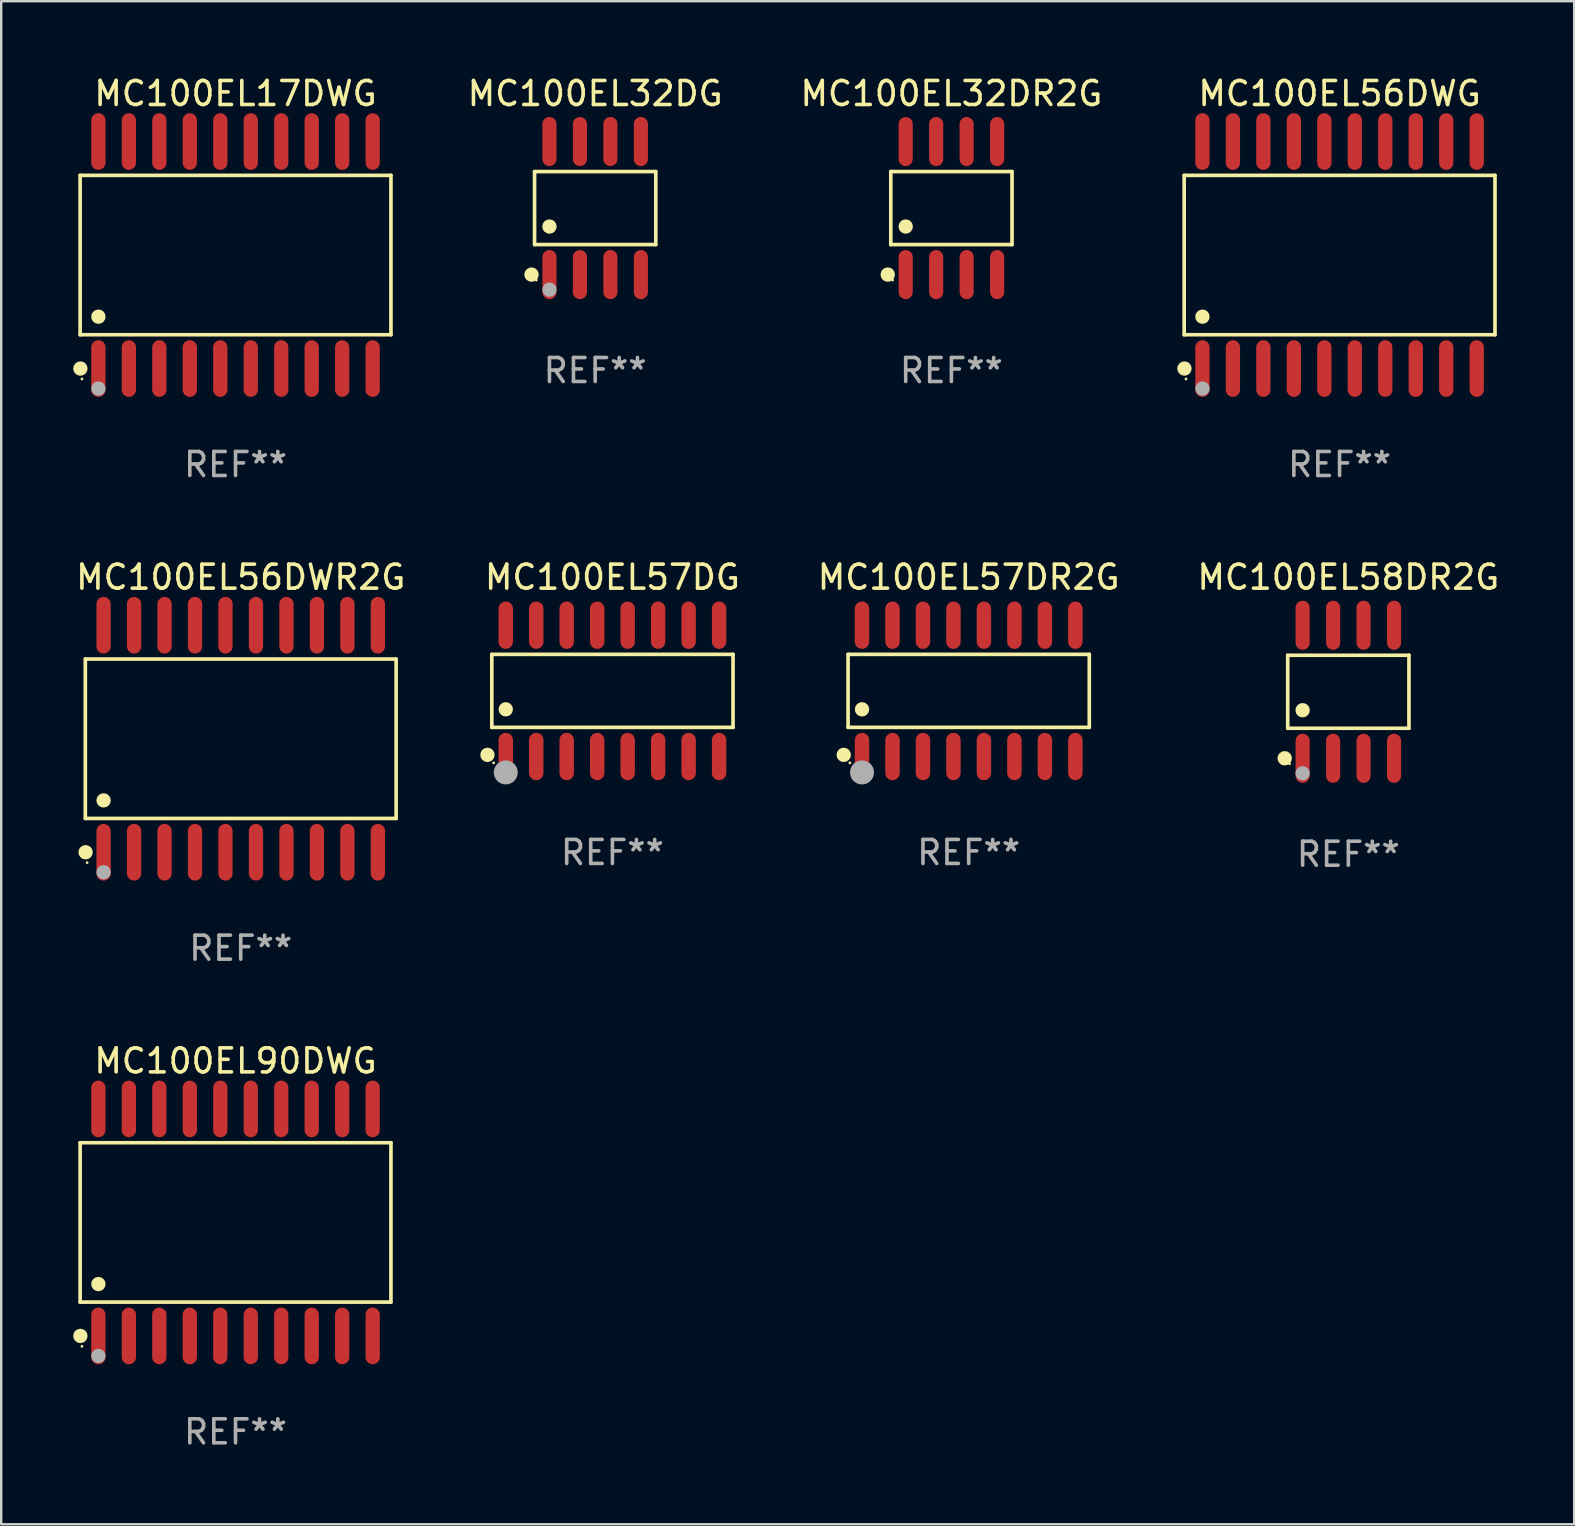
<source format=kicad_pcb>
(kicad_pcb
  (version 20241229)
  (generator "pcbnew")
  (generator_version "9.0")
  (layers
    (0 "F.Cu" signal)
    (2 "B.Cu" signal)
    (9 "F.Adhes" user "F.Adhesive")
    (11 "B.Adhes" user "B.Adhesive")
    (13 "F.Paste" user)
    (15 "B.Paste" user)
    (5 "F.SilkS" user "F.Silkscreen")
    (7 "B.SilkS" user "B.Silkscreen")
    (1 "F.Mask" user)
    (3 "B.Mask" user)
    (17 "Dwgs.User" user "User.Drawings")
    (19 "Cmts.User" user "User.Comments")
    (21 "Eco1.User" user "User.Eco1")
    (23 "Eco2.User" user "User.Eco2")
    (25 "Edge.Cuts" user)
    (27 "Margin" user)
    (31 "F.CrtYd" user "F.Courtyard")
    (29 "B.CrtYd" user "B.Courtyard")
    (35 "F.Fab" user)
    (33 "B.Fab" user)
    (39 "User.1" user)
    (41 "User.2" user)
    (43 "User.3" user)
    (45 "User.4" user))
  (footprint "MC100EL32DG"
    (layer "F.Cu")
    (at 21.752 5.621)
    (property "Reference" "MC100EL32DG" (at 0 -4.772 0) (layer "F.SilkS") (effects (font (size 1 1) (thickness 0.15))))
    (attr through_hole)
    (fp_line (start -2.526 -1.521) (end 2.526 -1.521) (stroke (width 0.152) (type solid)) (layer "F.SilkS"))
    (fp_line (start -2.526 1.521) (end -2.526 -1.521) (stroke (width 0.152) (type solid)) (layer "F.SilkS"))
    (fp_line (start 2.526 -1.521) (end 2.526 1.521) (stroke (width 0.152) (type solid)) (layer "F.SilkS"))
    (fp_line (start 2.526 1.521) (end -2.526 1.521) (stroke (width 0.152) (type solid)) (layer "F.SilkS"))
    (fp_circle (center -2.652 2.772) (end -2.501 2.772) (stroke (width 0.3) (type solid)) (fill no) (layer "F.SilkS"))
    (fp_circle (center -2.45 3) (end -2.42 3) (stroke (width 0.06) (type solid)) (fill no) (layer "F.SilkS"))
    (fp_circle (center -1.905 0.769) (end -1.755 0.769) (stroke (width 0.3) (type solid)) (fill no) (layer "F.SilkS"))
    (fp_circle (center -1.905 3.4) (end -1.755 3.4) (stroke (width 0.3) (type solid)) (fill no) (layer "F.Fab"))
    (fp_text user "REF**" (at 0 6.772 0) (layer "F.Fab") (effects (font (size 1 1) (thickness 0.15))))
    (pad "1" smd oval (at -1.905 2.772) (size 0.588 2.045) (layers "F.Cu" "F.Mask" "F.Paste"))
    (pad "2" smd oval (at -0.635 2.772) (size 0.588 2.045) (layers "F.Cu" "F.Mask" "F.Paste"))
    (pad "3" smd oval (at 0.635 2.772) (size 0.588 2.045) (layers "F.Cu" "F.Mask" "F.Paste"))
    (pad "4" smd oval (at 1.905 2.772) (size 0.588 2.045) (layers "F.Cu" "F.Mask" "F.Paste"))
    (pad "5" smd oval (at 1.905 -2.772) (size 0.588 2.045) (layers "F.Cu" "F.Mask" "F.Paste"))
    (pad "6" smd oval (at 0.635 -2.772) (size 0.588 2.045) (layers "F.Cu" "F.Mask" "F.Paste"))
    (pad "7" smd oval (at -0.635 -2.772) (size 0.588 2.045) (layers "F.Cu" "F.Mask" "F.Paste"))
    (pad "8" smd oval (at -1.905 -2.772) (size 0.588 2.045) (layers "F.Cu" "F.Mask" "F.Paste")))
  (footprint "MC100EL57DR2G"
    (layer "F.Cu")
    (at 37.317 25.74)
    (property "Reference" "MC100EL57DR2G" (at 0 -4.736 0) (layer "F.SilkS") (effects (font (size 1 1) (thickness 0.15))))
    (attr through_hole)
    (fp_line (start -5.026 -1.521) (end 5.026 -1.521) (stroke (width 0.152) (type solid)) (layer "F.SilkS"))
    (fp_line (start -5.026 1.521) (end -5.026 -1.521) (stroke (width 0.152) (type solid)) (layer "F.SilkS"))
    (fp_line (start 5.026 -1.521) (end 5.026 1.521) (stroke (width 0.152) (type solid)) (layer "F.SilkS"))
    (fp_line (start 5.026 1.521) (end -5.026 1.521) (stroke (width 0.152) (type solid)) (layer "F.SilkS"))
    (fp_circle (center -5.207 2.667) (end -5.057 2.667) (stroke (width 0.3) (type solid)) (fill no) (layer "F.SilkS"))
    (fp_circle (center -4.95 3) (end -4.92 3) (stroke (width 0.06) (type solid)) (fill no) (layer "F.SilkS"))
    (fp_circle (center -4.445 0.769) (end -4.295 0.769) (stroke (width 0.3) (type solid)) (fill no) (layer "F.SilkS"))
    (fp_circle (center -4.445 3.4) (end -4.195 3.4) (stroke (width 0.5) (type solid)) (fill no) (layer "F.Fab"))
    (fp_text user "REF**" (at 0 6.736 0) (layer "F.Fab") (effects (font (size 1 1) (thickness 0.15))))
    (pad "1" smd oval (at -4.445 2.736) (size 0.602 1.971) (layers "F.Cu" "F.Mask" "F.Paste"))
    (pad "2" smd oval (at -3.175 2.736) (size 0.602 1.971) (layers "F.Cu" "F.Mask" "F.Paste"))
    (pad "3" smd oval (at -1.905 2.736) (size 0.602 1.971) (layers "F.Cu" "F.Mask" "F.Paste"))
    (pad "4" smd oval (at -0.635 2.736) (size 0.602 1.971) (layers "F.Cu" "F.Mask" "F.Paste"))
    (pad "5" smd oval (at 0.635 2.736) (size 0.602 1.971) (layers "F.Cu" "F.Mask" "F.Paste"))
    (pad "6" smd oval (at 1.905 2.736) (size 0.602 1.971) (layers "F.Cu" "F.Mask" "F.Paste"))
    (pad "7" smd oval (at 3.175 2.736) (size 0.602 1.971) (layers "F.Cu" "F.Mask" "F.Paste"))
    (pad "8" smd oval (at 4.445 2.736) (size 0.602 1.971) (layers "F.Cu" "F.Mask" "F.Paste"))
    (pad "9" smd oval (at 4.445 -2.736) (size 0.602 1.971) (layers "F.Cu" "F.Mask" "F.Paste"))
    (pad "10" smd oval (at 3.175 -2.736) (size 0.602 1.971) (layers "F.Cu" "F.Mask" "F.Paste"))
    (pad "11" smd oval (at 1.905 -2.736) (size 0.602 1.971) (layers "F.Cu" "F.Mask" "F.Paste"))
    (pad "12" smd oval (at 0.635 -2.736) (size 0.602 1.971) (layers "F.Cu" "F.Mask" "F.Paste"))
    (pad "13" smd oval (at -0.635 -2.736) (size 0.602 1.971) (layers "F.Cu" "F.Mask" "F.Paste"))
    (pad "14" smd oval (at -1.905 -2.736) (size 0.602 1.971) (layers "F.Cu" "F.Mask" "F.Paste"))
    (pad "15" smd oval (at -3.175 -2.736) (size 0.602 1.971) (layers "F.Cu" "F.Mask" "F.Paste"))
    (pad "16" smd oval (at -4.445 -2.736) (size 0.602 1.971) (layers "F.Cu" "F.Mask" "F.Paste")))
  (footprint "MC100EL90DWG"
    (layer "F.Cu")
    (at 6.765 47.891)
    (property "Reference" "MC100EL90DWG" (at 0 -6.73 0) (layer "F.SilkS") (effects (font (size 1 1) (thickness 0.15))))
    (attr through_hole)
    (fp_line (start -6.476 -3.321) (end 6.476 -3.321) (stroke (width 0.152) (type solid)) (layer "F.SilkS"))
    (fp_line (start -6.476 3.321) (end -6.476 -3.321) (stroke (width 0.152) (type solid)) (layer "F.SilkS"))
    (fp_line (start 6.476 -3.321) (end 6.476 3.321) (stroke (width 0.152) (type solid)) (layer "F.SilkS"))
    (fp_line (start 6.476 3.321) (end -6.476 3.321) (stroke (width 0.152) (type solid)) (layer "F.SilkS"))
    (fp_circle (center -6.465 4.73) (end -6.315 4.73) (stroke (width 0.3) (type solid)) (fill no) (layer "F.SilkS"))
    (fp_circle (center -6.4 5.163) (end -6.37 5.163) (stroke (width 0.06) (type solid)) (fill no) (layer "F.SilkS"))
    (fp_circle (center -5.715 2.569) (end -5.565 2.569) (stroke (width 0.3) (type solid)) (fill no) (layer "F.SilkS"))
    (fp_circle (center -5.715 5.563) (end -5.565 5.563) (stroke (width 0.3) (type solid)) (fill no) (layer "F.Fab"))
    (fp_text user "REF**" (at 0 8.73 0) (layer "F.Fab") (effects (font (size 1 1) (thickness 0.15))))
    (pad "1" smd oval (at -5.715 4.73) (size 0.595 2.36) (layers "F.Cu" "F.Mask" "F.Paste"))
    (pad "2" smd oval (at -4.445 4.73) (size 0.595 2.36) (layers "F.Cu" "F.Mask" "F.Paste"))
    (pad "3" smd oval (at -3.175 4.73) (size 0.595 2.36) (layers "F.Cu" "F.Mask" "F.Paste"))
    (pad "4" smd oval (at -1.905 4.73) (size 0.595 2.36) (layers "F.Cu" "F.Mask" "F.Paste"))
    (pad "5" smd oval (at -0.635 4.73) (size 0.595 2.36) (layers "F.Cu" "F.Mask" "F.Paste"))
    (pad "6" smd oval (at 0.635 4.73) (size 0.595 2.36) (layers "F.Cu" "F.Mask" "F.Paste"))
    (pad "7" smd oval (at 1.905 4.73) (size 0.595 2.36) (layers "F.Cu" "F.Mask" "F.Paste"))
    (pad "8" smd oval (at 3.175 4.73) (size 0.595 2.36) (layers "F.Cu" "F.Mask" "F.Paste"))
    (pad "9" smd oval (at 4.445 4.73) (size 0.595 2.36) (layers "F.Cu" "F.Mask" "F.Paste"))
    (pad "10" smd oval (at 5.715 4.73) (size 0.595 2.36) (layers "F.Cu" "F.Mask" "F.Paste"))
    (pad "11" smd oval (at 5.715 -4.73) (size 0.595 2.36) (layers "F.Cu" "F.Mask" "F.Paste"))
    (pad "12" smd oval (at 4.445 -4.73) (size 0.595 2.36) (layers "F.Cu" "F.Mask" "F.Paste"))
    (pad "13" smd oval (at 3.175 -4.73) (size 0.595 2.36) (layers "F.Cu" "F.Mask" "F.Paste"))
    (pad "14" smd oval (at 1.905 -4.73) (size 0.595 2.36) (layers "F.Cu" "F.Mask" "F.Paste"))
    (pad "15" smd oval (at 0.635 -4.73) (size 0.595 2.36) (layers "F.Cu" "F.Mask" "F.Paste"))
    (pad "16" smd oval (at -0.635 -4.73) (size 0.595 2.36) (layers "F.Cu" "F.Mask" "F.Paste"))
    (pad "17" smd oval (at -1.905 -4.73) (size 0.595 2.36) (layers "F.Cu" "F.Mask" "F.Paste"))
    (pad "18" smd oval (at -3.175 -4.73) (size 0.595 2.36) (layers "F.Cu" "F.Mask" "F.Paste"))
    (pad "19" smd oval (at -4.445 -4.73) (size 0.595 2.36) (layers "F.Cu" "F.Mask" "F.Paste"))
    (pad "20" smd oval (at -5.715 -4.73) (size 0.595 2.36) (layers "F.Cu" "F.Mask" "F.Paste")))
  (footprint "MC100EL56DWG"
    (layer "F.Cu")
    (at 52.773 7.578)
    (property "Reference" "MC100EL56DWG" (at 0 -6.73 0) (layer "F.SilkS") (effects (font (size 1 1) (thickness 0.15))))
    (attr through_hole)
    (fp_line (start -6.476 -3.321) (end 6.476 -3.321) (stroke (width 0.152) (type solid)) (layer "F.SilkS"))
    (fp_line (start -6.476 3.321) (end -6.476 -3.321) (stroke (width 0.152) (type solid)) (layer "F.SilkS"))
    (fp_line (start 6.476 -3.321) (end 6.476 3.321) (stroke (width 0.152) (type solid)) (layer "F.SilkS"))
    (fp_line (start 6.476 3.321) (end -6.476 3.321) (stroke (width 0.152) (type solid)) (layer "F.SilkS"))
    (fp_circle (center -6.465 4.73) (end -6.315 4.73) (stroke (width 0.3) (type solid)) (fill no) (layer "F.SilkS"))
    (fp_circle (center -6.4 5.163) (end -6.37 5.163) (stroke (width 0.06) (type solid)) (fill no) (layer "F.SilkS"))
    (fp_circle (center -5.715 2.569) (end -5.565 2.569) (stroke (width 0.3) (type solid)) (fill no) (layer "F.SilkS"))
    (fp_circle (center -5.715 5.563) (end -5.565 5.563) (stroke (width 0.3) (type solid)) (fill no) (layer "F.Fab"))
    (fp_text user "REF**" (at 0 8.73 0) (layer "F.Fab") (effects (font (size 1 1) (thickness 0.15))))
    (pad "1" smd oval (at -5.715 4.73) (size 0.595 2.36) (layers "F.Cu" "F.Mask" "F.Paste"))
    (pad "2" smd oval (at -4.445 4.73) (size 0.595 2.36) (layers "F.Cu" "F.Mask" "F.Paste"))
    (pad "3" smd oval (at -3.175 4.73) (size 0.595 2.36) (layers "F.Cu" "F.Mask" "F.Paste"))
    (pad "4" smd oval (at -1.905 4.73) (size 0.595 2.36) (layers "F.Cu" "F.Mask" "F.Paste"))
    (pad "5" smd oval (at -0.635 4.73) (size 0.595 2.36) (layers "F.Cu" "F.Mask" "F.Paste"))
    (pad "6" smd oval (at 0.635 4.73) (size 0.595 2.36) (layers "F.Cu" "F.Mask" "F.Paste"))
    (pad "7" smd oval (at 1.905 4.73) (size 0.595 2.36) (layers "F.Cu" "F.Mask" "F.Paste"))
    (pad "8" smd oval (at 3.175 4.73) (size 0.595 2.36) (layers "F.Cu" "F.Mask" "F.Paste"))
    (pad "9" smd oval (at 4.445 4.73) (size 0.595 2.36) (layers "F.Cu" "F.Mask" "F.Paste"))
    (pad "10" smd oval (at 5.715 4.73) (size 0.595 2.36) (layers "F.Cu" "F.Mask" "F.Paste"))
    (pad "11" smd oval (at 5.715 -4.73) (size 0.595 2.36) (layers "F.Cu" "F.Mask" "F.Paste"))
    (pad "12" smd oval (at 4.445 -4.73) (size 0.595 2.36) (layers "F.Cu" "F.Mask" "F.Paste"))
    (pad "13" smd oval (at 3.175 -4.73) (size 0.595 2.36) (layers "F.Cu" "F.Mask" "F.Paste"))
    (pad "14" smd oval (at 1.905 -4.73) (size 0.595 2.36) (layers "F.Cu" "F.Mask" "F.Paste"))
    (pad "15" smd oval (at 0.635 -4.73) (size 0.595 2.36) (layers "F.Cu" "F.Mask" "F.Paste"))
    (pad "16" smd oval (at -0.635 -4.73) (size 0.595 2.36) (layers "F.Cu" "F.Mask" "F.Paste"))
    (pad "17" smd oval (at -1.905 -4.73) (size 0.595 2.36) (layers "F.Cu" "F.Mask" "F.Paste"))
    (pad "18" smd oval (at -3.175 -4.73) (size 0.595 2.36) (layers "F.Cu" "F.Mask" "F.Paste"))
    (pad "19" smd oval (at -4.445 -4.73) (size 0.595 2.36) (layers "F.Cu" "F.Mask" "F.Paste"))
    (pad "20" smd oval (at -5.715 -4.73) (size 0.595 2.36) (layers "F.Cu" "F.Mask" "F.Paste")))
  (footprint "MC100EL17DWG"
    (layer "F.Cu")
    (at 6.765 7.578)
    (property "Reference" "MC100EL17DWG" (at 0 -6.73 0) (layer "F.SilkS") (effects (font (size 1 1) (thickness 0.15))))
    (attr through_hole)
    (fp_line (start -6.476 -3.321) (end 6.476 -3.321) (stroke (width 0.152) (type solid)) (layer "F.SilkS"))
    (fp_line (start -6.476 3.321) (end -6.476 -3.321) (stroke (width 0.152) (type solid)) (layer "F.SilkS"))
    (fp_line (start 6.476 -3.321) (end 6.476 3.321) (stroke (width 0.152) (type solid)) (layer "F.SilkS"))
    (fp_line (start 6.476 3.321) (end -6.476 3.321) (stroke (width 0.152) (type solid)) (layer "F.SilkS"))
    (fp_circle (center -6.465 4.73) (end -6.315 4.73) (stroke (width 0.3) (type solid)) (fill no) (layer "F.SilkS"))
    (fp_circle (center -6.4 5.163) (end -6.37 5.163) (stroke (width 0.06) (type solid)) (fill no) (layer "F.SilkS"))
    (fp_circle (center -5.715 2.569) (end -5.565 2.569) (stroke (width 0.3) (type solid)) (fill no) (layer "F.SilkS"))
    (fp_circle (center -5.715 5.563) (end -5.565 5.563) (stroke (width 0.3) (type solid)) (fill no) (layer "F.Fab"))
    (fp_text user "REF**" (at 0 8.73 0) (layer "F.Fab") (effects (font (size 1 1) (thickness 0.15))))
    (pad "1" smd oval (at -5.715 4.73) (size 0.595 2.36) (layers "F.Cu" "F.Mask" "F.Paste"))
    (pad "2" smd oval (at -4.445 4.73) (size 0.595 2.36) (layers "F.Cu" "F.Mask" "F.Paste"))
    (pad "3" smd oval (at -3.175 4.73) (size 0.595 2.36) (layers "F.Cu" "F.Mask" "F.Paste"))
    (pad "4" smd oval (at -1.905 4.73) (size 0.595 2.36) (layers "F.Cu" "F.Mask" "F.Paste"))
    (pad "5" smd oval (at -0.635 4.73) (size 0.595 2.36) (layers "F.Cu" "F.Mask" "F.Paste"))
    (pad "6" smd oval (at 0.635 4.73) (size 0.595 2.36) (layers "F.Cu" "F.Mask" "F.Paste"))
    (pad "7" smd oval (at 1.905 4.73) (size 0.595 2.36) (layers "F.Cu" "F.Mask" "F.Paste"))
    (pad "8" smd oval (at 3.175 4.73) (size 0.595 2.36) (layers "F.Cu" "F.Mask" "F.Paste"))
    (pad "9" smd oval (at 4.445 4.73) (size 0.595 2.36) (layers "F.Cu" "F.Mask" "F.Paste"))
    (pad "10" smd oval (at 5.715 4.73) (size 0.595 2.36) (layers "F.Cu" "F.Mask" "F.Paste"))
    (pad "11" smd oval (at 5.715 -4.73) (size 0.595 2.36) (layers "F.Cu" "F.Mask" "F.Paste"))
    (pad "12" smd oval (at 4.445 -4.73) (size 0.595 2.36) (layers "F.Cu" "F.Mask" "F.Paste"))
    (pad "13" smd oval (at 3.175 -4.73) (size 0.595 2.36) (layers "F.Cu" "F.Mask" "F.Paste"))
    (pad "14" smd oval (at 1.905 -4.73) (size 0.595 2.36) (layers "F.Cu" "F.Mask" "F.Paste"))
    (pad "15" smd oval (at 0.635 -4.73) (size 0.595 2.36) (layers "F.Cu" "F.Mask" "F.Paste"))
    (pad "16" smd oval (at -0.635 -4.73) (size 0.595 2.36) (layers "F.Cu" "F.Mask" "F.Paste"))
    (pad "17" smd oval (at -1.905 -4.73) (size 0.595 2.36) (layers "F.Cu" "F.Mask" "F.Paste"))
    (pad "18" smd oval (at -3.175 -4.73) (size 0.595 2.36) (layers "F.Cu" "F.Mask" "F.Paste"))
    (pad "19" smd oval (at -4.445 -4.73) (size 0.595 2.36) (layers "F.Cu" "F.Mask" "F.Paste"))
    (pad "20" smd oval (at -5.715 -4.73) (size 0.595 2.36) (layers "F.Cu" "F.Mask" "F.Paste")))
  (footprint "MC100EL32DR2G"
    (layer "F.Cu")
    (at 36.597 5.621)
    (property "Reference" "MC100EL32DR2G" (at 0 -4.772 0) (layer "F.SilkS") (effects (font (size 1 1) (thickness 0.15))))
    (attr through_hole)
    (fp_line (start -2.526 -1.521) (end 2.526 -1.521) (stroke (width 0.152) (type solid)) (layer "F.SilkS"))
    (fp_line (start -2.526 1.521) (end -2.526 -1.521) (stroke (width 0.152) (type solid)) (layer "F.SilkS"))
    (fp_line (start 2.526 -1.521) (end 2.526 1.521) (stroke (width 0.152) (type solid)) (layer "F.SilkS"))
    (fp_line (start 2.526 1.521) (end -2.526 1.521) (stroke (width 0.152) (type solid)) (layer "F.SilkS"))
    (fp_circle (center -2.652 2.772) (end -2.501 2.772) (stroke (width 0.3) (type solid)) (fill no) (layer "F.SilkS"))
    (fp_circle (center -2.45 3) (end -2.42 3) (stroke (width 0.06) (type solid)) (fill no) (layer "F.SilkS"))
    (fp_circle (center -1.905 0.769) (end -1.755 0.769) (stroke (width 0.3) (type solid)) (fill no) (layer "F.SilkS"))
    (fp_text user "REF**" (at 0 6.772 0) (layer "F.Fab") (effects (font (size 1 1) (thickness 0.15))))
    (pad "1" smd oval (at -1.905 2.772) (size 0.588 2.045) (layers "F.Cu" "F.Mask" "F.Paste"))
    (pad "2" smd oval (at -0.635 2.772) (size 0.588 2.045) (layers "F.Cu" "F.Mask" "F.Paste"))
    (pad "3" smd oval (at 0.635 2.772) (size 0.588 2.045) (layers "F.Cu" "F.Mask" "F.Paste"))
    (pad "4" smd oval (at 1.905 2.772) (size 0.588 2.045) (layers "F.Cu" "F.Mask" "F.Paste"))
    (pad "5" smd oval (at 1.905 -2.772) (size 0.588 2.045) (layers "F.Cu" "F.Mask" "F.Paste"))
    (pad "6" smd oval (at 0.635 -2.772) (size 0.588 2.045) (layers "F.Cu" "F.Mask" "F.Paste"))
    (pad "7" smd oval (at -0.635 -2.772) (size 0.588 2.045) (layers "F.Cu" "F.Mask" "F.Paste"))
    (pad "8" smd oval (at -1.905 -2.772) (size 0.588 2.045) (layers "F.Cu" "F.Mask" "F.Paste")))
  (footprint "MC100EL58DR2G"
    (layer "F.Cu")
    (at 53.138 25.777)
    (property "Reference" "MC100EL58DR2G" (at 0 -4.772 0) (layer "F.SilkS") (effects (font (size 1 1) (thickness 0.15))))
    (attr through_hole)
    (fp_line (start -2.526 -1.521) (end 2.526 -1.521) (stroke (width 0.152) (type solid)) (layer "F.SilkS"))
    (fp_line (start -2.526 1.521) (end -2.526 -1.521) (stroke (width 0.152) (type solid)) (layer "F.SilkS"))
    (fp_line (start 2.526 -1.521) (end 2.526 1.521) (stroke (width 0.152) (type solid)) (layer "F.SilkS"))
    (fp_line (start 2.526 1.521) (end -2.526 1.521) (stroke (width 0.152) (type solid)) (layer "F.SilkS"))
    (fp_circle (center -2.652 2.772) (end -2.501 2.772) (stroke (width 0.3) (type solid)) (fill no) (layer "F.SilkS"))
    (fp_circle (center -2.45 3) (end -2.42 3) (stroke (width 0.06) (type solid)) (fill no) (layer "F.SilkS"))
    (fp_circle (center -1.905 0.769) (end -1.755 0.769) (stroke (width 0.3) (type solid)) (fill no) (layer "F.SilkS"))
    (fp_circle (center -1.905 3.4) (end -1.755 3.4) (stroke (width 0.3) (type solid)) (fill no) (layer "F.Fab"))
    (fp_text user "REF**" (at 0 6.772 0) (layer "F.Fab") (effects (font (size 1 1) (thickness 0.15))))
    (pad "1" smd oval (at -1.905 2.772) (size 0.588 2.045) (layers "F.Cu" "F.Mask" "F.Paste"))
    (pad "2" smd oval (at -0.635 2.772) (size 0.588 2.045) (layers "F.Cu" "F.Mask" "F.Paste"))
    (pad "3" smd oval (at 0.635 2.772) (size 0.588 2.045) (layers "F.Cu" "F.Mask" "F.Paste"))
    (pad "4" smd oval (at 1.905 2.772) (size 0.588 2.045) (layers "F.Cu" "F.Mask" "F.Paste"))
    (pad "5" smd oval (at 1.905 -2.772) (size 0.588 2.045) (layers "F.Cu" "F.Mask" "F.Paste"))
    (pad "6" smd oval (at 0.635 -2.772) (size 0.588 2.045) (layers "F.Cu" "F.Mask" "F.Paste"))
    (pad "7" smd oval (at -0.635 -2.772) (size 0.588 2.045) (layers "F.Cu" "F.Mask" "F.Paste"))
    (pad "8" smd oval (at -1.905 -2.772) (size 0.588 2.045) (layers "F.Cu" "F.Mask" "F.Paste")))
  (footprint "MC100EL56DWR2G"
    (layer "F.Cu")
    (at 6.982 27.735)
    (property "Reference" "MC100EL56DWR2G" (at 0 -6.73 0) (layer "F.SilkS") (effects (font (size 1 1) (thickness 0.15))))
    (attr through_hole)
    (fp_line (start -6.476 -3.321) (end 6.476 -3.321) (stroke (width 0.152) (type solid)) (layer "F.SilkS"))
    (fp_line (start -6.476 3.321) (end -6.476 -3.321) (stroke (width 0.152) (type solid)) (layer "F.SilkS"))
    (fp_line (start 6.476 -3.321) (end 6.476 3.321) (stroke (width 0.152) (type solid)) (layer "F.SilkS"))
    (fp_line (start 6.476 3.321) (end -6.476 3.321) (stroke (width 0.152) (type solid)) (layer "F.SilkS"))
    (fp_circle (center -6.465 4.73) (end -6.315 4.73) (stroke (width 0.3) (type solid)) (fill no) (layer "F.SilkS"))
    (fp_circle (center -6.4 5.163) (end -6.37 5.163) (stroke (width 0.06) (type solid)) (fill no) (layer "F.SilkS"))
    (fp_circle (center -5.715 2.569) (end -5.565 2.569) (stroke (width 0.3) (type solid)) (fill no) (layer "F.SilkS"))
    (fp_circle (center -5.715 5.563) (end -5.565 5.563) (stroke (width 0.3) (type solid)) (fill no) (layer "F.Fab"))
    (fp_text user "REF**" (at 0 8.73 0) (layer "F.Fab") (effects (font (size 1 1) (thickness 0.15))))
    (pad "1" smd oval (at -5.715 4.73) (size 0.595 2.36) (layers "F.Cu" "F.Mask" "F.Paste"))
    (pad "2" smd oval (at -4.445 4.73) (size 0.595 2.36) (layers "F.Cu" "F.Mask" "F.Paste"))
    (pad "3" smd oval (at -3.175 4.73) (size 0.595 2.36) (layers "F.Cu" "F.Mask" "F.Paste"))
    (pad "4" smd oval (at -1.905 4.73) (size 0.595 2.36) (layers "F.Cu" "F.Mask" "F.Paste"))
    (pad "5" smd oval (at -0.635 4.73) (size 0.595 2.36) (layers "F.Cu" "F.Mask" "F.Paste"))
    (pad "6" smd oval (at 0.635 4.73) (size 0.595 2.36) (layers "F.Cu" "F.Mask" "F.Paste"))
    (pad "7" smd oval (at 1.905 4.73) (size 0.595 2.36) (layers "F.Cu" "F.Mask" "F.Paste"))
    (pad "8" smd oval (at 3.175 4.73) (size 0.595 2.36) (layers "F.Cu" "F.Mask" "F.Paste"))
    (pad "9" smd oval (at 4.445 4.73) (size 0.595 2.36) (layers "F.Cu" "F.Mask" "F.Paste"))
    (pad "10" smd oval (at 5.715 4.73) (size 0.595 2.36) (layers "F.Cu" "F.Mask" "F.Paste"))
    (pad "11" smd oval (at 5.715 -4.73) (size 0.595 2.36) (layers "F.Cu" "F.Mask" "F.Paste"))
    (pad "12" smd oval (at 4.445 -4.73) (size 0.595 2.36) (layers "F.Cu" "F.Mask" "F.Paste"))
    (pad "13" smd oval (at 3.175 -4.73) (size 0.595 2.36) (layers "F.Cu" "F.Mask" "F.Paste"))
    (pad "14" smd oval (at 1.905 -4.73) (size 0.595 2.36) (layers "F.Cu" "F.Mask" "F.Paste"))
    (pad "15" smd oval (at 0.635 -4.73) (size 0.595 2.36) (layers "F.Cu" "F.Mask" "F.Paste"))
    (pad "16" smd oval (at -0.635 -4.73) (size 0.595 2.36) (layers "F.Cu" "F.Mask" "F.Paste"))
    (pad "17" smd oval (at -1.905 -4.73) (size 0.595 2.36) (layers "F.Cu" "F.Mask" "F.Paste"))
    (pad "18" smd oval (at -3.175 -4.73) (size 0.595 2.36) (layers "F.Cu" "F.Mask" "F.Paste"))
    (pad "19" smd oval (at -4.445 -4.73) (size 0.595 2.36) (layers "F.Cu" "F.Mask" "F.Paste"))
    (pad "20" smd oval (at -5.715 -4.73) (size 0.595 2.36) (layers "F.Cu" "F.Mask" "F.Paste")))
  (footprint "MC100EL57DG"
    (layer "F.Cu")
    (at 22.471 25.74)
    (property "Reference" "MC100EL57DG" (at 0 -4.736 0) (layer "F.SilkS") (effects (font (size 1 1) (thickness 0.15))))
    (attr through_hole)
    (fp_line (start -5.026 -1.521) (end 5.026 -1.521) (stroke (width 0.152) (type solid)) (layer "F.SilkS"))
    (fp_line (start -5.026 1.521) (end -5.026 -1.521) (stroke (width 0.152) (type solid)) (layer "F.SilkS"))
    (fp_line (start 5.026 -1.521) (end 5.026 1.521) (stroke (width 0.152) (type solid)) (layer "F.SilkS"))
    (fp_line (start 5.026 1.521) (end -5.026 1.521) (stroke (width 0.152) (type solid)) (layer "F.SilkS"))
    (fp_circle (center -5.207 2.667) (end -5.057 2.667) (stroke (width 0.3) (type solid)) (fill no) (layer "F.SilkS"))
    (fp_circle (center -4.95 3) (end -4.92 3) (stroke (width 0.06) (type solid)) (fill no) (layer "F.SilkS"))
    (fp_circle (center -4.445 0.769) (end -4.295 0.769) (stroke (width 0.3) (type solid)) (fill no) (layer "F.SilkS"))
    (fp_circle (center -4.445 3.4) (end -4.195 3.4) (stroke (width 0.5) (type solid)) (fill no) (layer "F.Fab"))
    (fp_text user "REF**" (at 0 6.736 0) (layer "F.Fab") (effects (font (size 1 1) (thickness 0.15))))
    (pad "1" smd oval (at -4.445 2.736) (size 0.602 1.971) (layers "F.Cu" "F.Mask" "F.Paste"))
    (pad "2" smd oval (at -3.175 2.736) (size 0.602 1.971) (layers "F.Cu" "F.Mask" "F.Paste"))
    (pad "3" smd oval (at -1.905 2.736) (size 0.602 1.971) (layers "F.Cu" "F.Mask" "F.Paste"))
    (pad "4" smd oval (at -0.635 2.736) (size 0.602 1.971) (layers "F.Cu" "F.Mask" "F.Paste"))
    (pad "5" smd oval (at 0.635 2.736) (size 0.602 1.971) (layers "F.Cu" "F.Mask" "F.Paste"))
    (pad "6" smd oval (at 1.905 2.736) (size 0.602 1.971) (layers "F.Cu" "F.Mask" "F.Paste"))
    (pad "7" smd oval (at 3.175 2.736) (size 0.602 1.971) (layers "F.Cu" "F.Mask" "F.Paste"))
    (pad "8" smd oval (at 4.445 2.736) (size 0.602 1.971) (layers "F.Cu" "F.Mask" "F.Paste"))
    (pad "9" smd oval (at 4.445 -2.736) (size 0.602 1.971) (layers "F.Cu" "F.Mask" "F.Paste"))
    (pad "10" smd oval (at 3.175 -2.736) (size 0.602 1.971) (layers "F.Cu" "F.Mask" "F.Paste"))
    (pad "11" smd oval (at 1.905 -2.736) (size 0.602 1.971) (layers "F.Cu" "F.Mask" "F.Paste"))
    (pad "12" smd oval (at 0.635 -2.736) (size 0.602 1.971) (layers "F.Cu" "F.Mask" "F.Paste"))
    (pad "13" smd oval (at -0.635 -2.736) (size 0.602 1.971) (layers "F.Cu" "F.Mask" "F.Paste"))
    (pad "14" smd oval (at -1.905 -2.736) (size 0.602 1.971) (layers "F.Cu" "F.Mask" "F.Paste"))
    (pad "15" smd oval (at -3.175 -2.736) (size 0.602 1.971) (layers "F.Cu" "F.Mask" "F.Paste"))
    (pad "16" smd oval (at -4.445 -2.736) (size 0.602 1.971) (layers "F.Cu" "F.Mask" "F.Paste")))
  (gr_rect
    (start -3 -3)
    (end 62.549 60.469)
    (stroke (width 0.1) (type default))
    (fill no)
    (layer "Edge.Cuts")))
</source>
